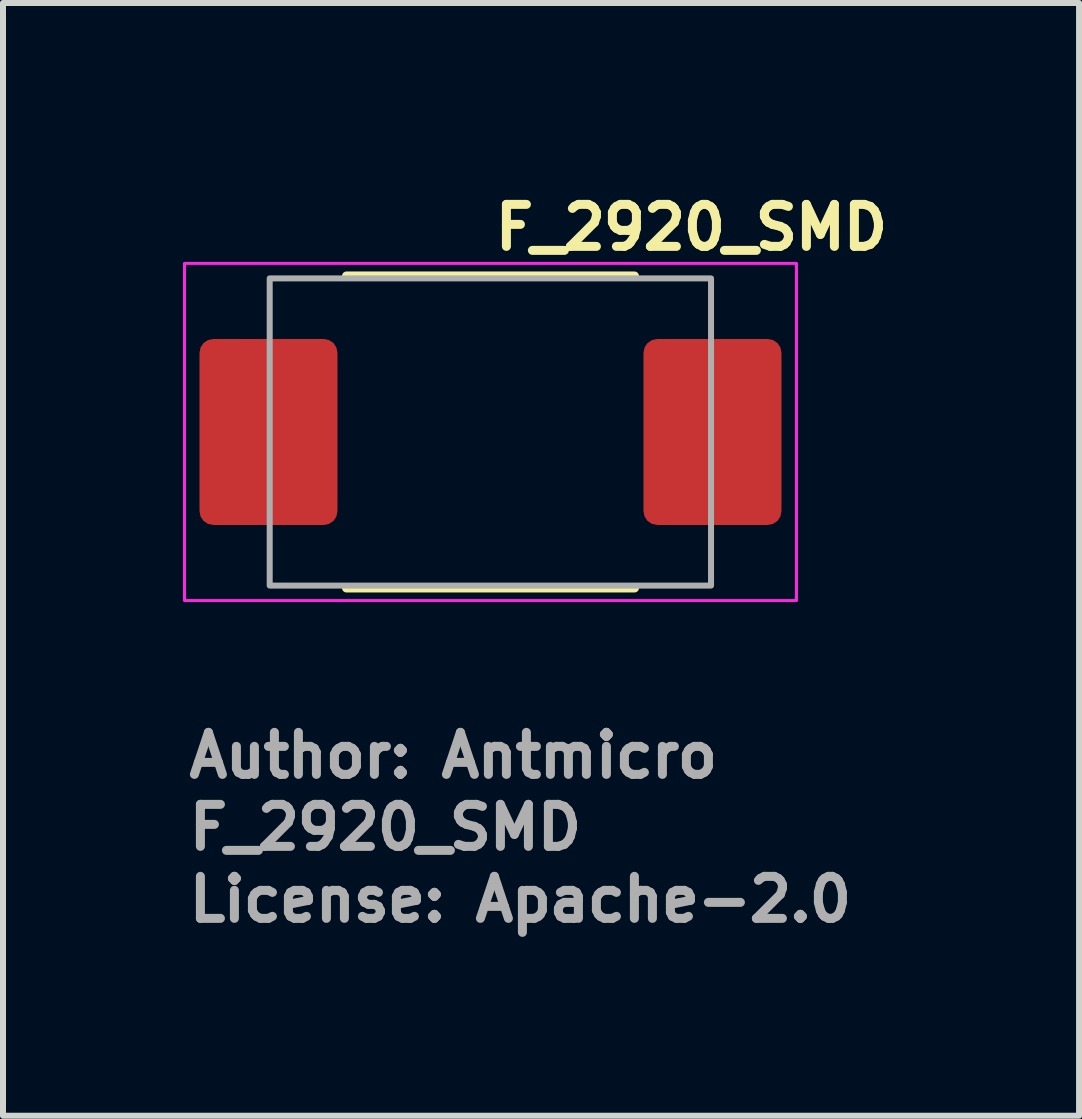
<source format=kicad_pcb>
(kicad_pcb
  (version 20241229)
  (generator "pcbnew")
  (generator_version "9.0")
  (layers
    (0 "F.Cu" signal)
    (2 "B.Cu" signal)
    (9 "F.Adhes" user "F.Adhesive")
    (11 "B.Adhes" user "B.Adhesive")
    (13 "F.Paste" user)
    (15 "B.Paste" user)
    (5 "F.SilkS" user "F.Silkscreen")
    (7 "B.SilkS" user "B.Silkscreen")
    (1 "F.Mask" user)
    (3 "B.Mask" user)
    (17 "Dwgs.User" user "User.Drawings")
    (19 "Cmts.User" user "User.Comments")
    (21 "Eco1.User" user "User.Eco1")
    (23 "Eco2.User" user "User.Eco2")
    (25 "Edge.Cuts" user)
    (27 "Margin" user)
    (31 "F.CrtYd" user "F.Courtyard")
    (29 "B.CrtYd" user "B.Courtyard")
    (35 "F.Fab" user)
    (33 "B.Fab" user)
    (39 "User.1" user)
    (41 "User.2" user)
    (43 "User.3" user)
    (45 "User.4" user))
  (footprint "F_2920_SMD"
    (layer "F.Cu")
    (at 5.125 4.15)
    (property "Reference" "F_2920_SMD" (at 0 -3 0) (layer "F.SilkS") (effects (font (size 0.7 0.7) (thickness 0.15)) (justify left bottom)))
    (attr smd)
    (fp_line (start -2.4 -2.6) (end 2.4 -2.6) (stroke (width 0.15) (type solid)) (layer "F.SilkS"))
    (fp_line (start -2.4 2.6) (end 2.4 2.6) (stroke (width 0.15) (type solid)) (layer "F.SilkS"))
    (fp_rect (start -5.1 -2.81) (end 5.1 2.81) (stroke (width 0.05) (type solid)) (fill no) (layer "F.CrtYd"))
    (fp_rect (start -3.68 -2.56) (end 3.676 2.56) (stroke (width 0.1) (type solid)) (fill no) (layer "F.Fab"))
    (fp_rect (start -3.678 -2.56) (end 3.678 2.56) (stroke (width 0.1) (type solid)) (fill no) (layer "User.5"))
    (fp_line (start -3.678 -2.46) (end -3.678 2.46) (stroke (width 0.02) (type solid)) (layer "User.9"))
    (fp_line (start -3.678 2.46) (end -3.674 2.46) (stroke (width 0.02) (type solid)) (layer "User.9"))
    (fp_line (start -3.674 -2.486) (end -3.678 -2.46) (stroke (width 0.02) (type solid)) (layer "User.9"))
    (fp_line (start -3.674 -2.46) (end -3.678 -2.46) (stroke (width 0.02) (type solid)) (layer "User.9"))
    (fp_line (start -3.674 2.46) (end -3.665 2.46) (stroke (width 0.02) (type solid)) (layer "User.9"))
    (fp_line (start -3.674 2.486) (end -3.678 2.46) (stroke (width 0.02) (type solid)) (layer "User.9"))
    (fp_line (start -3.665 -2.46) (end -3.674 -2.46) (stroke (width 0.02) (type solid)) (layer "User.9"))
    (fp_line (start -3.665 2.46) (end -3.649 2.46) (stroke (width 0.02) (type solid)) (layer "User.9"))
    (fp_line (start -3.664 -2.51) (end -3.674 -2.486) (stroke (width 0.02) (type solid)) (layer "User.9"))
    (fp_line (start -3.664 2.51) (end -3.674 2.486) (stroke (width 0.02) (type solid)) (layer "User.9"))
    (fp_line (start -3.649 -2.46) (end -3.665 -2.46) (stroke (width 0.02) (type solid)) (layer "User.9"))
    (fp_line (start -3.649 2.46) (end -3.628 2.46) (stroke (width 0.02) (type solid)) (layer "User.9"))
    (fp_line (start -3.648 -2.531) (end -3.664 -2.51) (stroke (width 0.02) (type solid)) (layer "User.9"))
    (fp_line (start -3.648 2.531) (end -3.664 2.51) (stroke (width 0.02) (type solid)) (layer "User.9"))
    (fp_line (start -3.628 -2.547) (end -3.648 -2.531) (stroke (width 0.02) (type solid)) (layer "User.9"))
    (fp_line (start -3.628 -2.46) (end -3.649 -2.46) (stroke (width 0.02) (type solid)) (layer "User.9"))
    (fp_line (start -3.628 2.46) (end -3.601 2.46) (stroke (width 0.02) (type solid)) (layer "User.9"))
    (fp_line (start -3.628 2.547) (end -3.648 2.531) (stroke (width 0.02) (type solid)) (layer "User.9"))
    (fp_line (start -3.603 -2.557) (end -3.628 -2.547) (stroke (width 0.02) (type solid)) (layer "User.9"))
    (fp_line (start -3.603 2.557) (end -3.628 2.547) (stroke (width 0.02) (type solid)) (layer "User.9"))
    (fp_line (start -3.601 -2.46) (end -3.628 -2.46) (stroke (width 0.02) (type solid)) (layer "User.9"))
    (fp_line (start -3.601 2.46) (end -3.568 2.46) (stroke (width 0.02) (type solid)) (layer "User.9"))
    (fp_line (start -3.578 -2.56) (end -3.603 -2.557) (stroke (width 0.02) (type solid)) (layer "User.9"))
    (fp_line (start -3.578 -2.56) (end -3.577 -2.56) (stroke (width 0.02) (type solid)) (layer "User.9"))
    (fp_line (start -3.578 2.56) (end -3.603 2.557) (stroke (width 0.02) (type solid)) (layer "User.9"))
    (fp_line (start -3.578 2.56) (end -3.576 2.56) (stroke (width 0.02) (type solid)) (layer "User.9"))
    (fp_line (start -3.577 -2.56) (end -3.572 -2.56) (stroke (width 0.02) (type solid)) (layer "User.9"))
    (fp_line (start -3.576 2.56) (end -3.571 2.56) (stroke (width 0.02) (type solid)) (layer "User.9"))
    (fp_line (start -3.572 -2.56) (end -3.577 -2.56) (stroke (width 0.02) (type solid)) (layer "User.9"))
    (fp_line (start -3.572 -2.56) (end -3.565 -2.56) (stroke (width 0.02) (type solid)) (layer "User.9"))
    (fp_line (start -3.571 2.56) (end -3.562 2.56) (stroke (width 0.02) (type solid)) (layer "User.9"))
    (fp_line (start -3.568 -2.46) (end -3.601 -2.46) (stroke (width 0.02) (type solid)) (layer "User.9"))
    (fp_line (start -3.568 2.46) (end -3.531 2.46) (stroke (width 0.02) (type solid)) (layer "User.9"))
    (fp_line (start -3.565 -2.56) (end -3.555 -2.56) (stroke (width 0.02) (type solid)) (layer "User.9"))
    (fp_line (start -3.562 2.56) (end -3.549 2.56) (stroke (width 0.02) (type solid)) (layer "User.9"))
    (fp_line (start -3.555 -2.56) (end -3.543 -2.56) (stroke (width 0.02) (type solid)) (layer "User.9"))
    (fp_line (start -3.549 2.56) (end -3.533 2.56) (stroke (width 0.02) (type solid)) (layer "User.9"))
    (fp_line (start -3.543 -2.56) (end -3.527 -2.56) (stroke (width 0.02) (type solid)) (layer "User.9"))
    (fp_line (start -3.533 2.56) (end -3.512 2.56) (stroke (width 0.02) (type solid)) (layer "User.9"))
    (fp_line (start -3.531 -2.46) (end -3.568 -2.46) (stroke (width 0.02) (type solid)) (layer "User.9"))
    (fp_line (start -3.531 2.46) (end -3.489 2.46) (stroke (width 0.02) (type solid)) (layer "User.9"))
    (fp_line (start -3.527 -2.56) (end -3.508 -2.56) (stroke (width 0.02) (type solid)) (layer "User.9"))
    (fp_line (start -3.512 2.56) (end -3.488 2.56) (stroke (width 0.02) (type solid)) (layer "User.9"))
    (fp_line (start -3.508 -2.56) (end -3.487 -2.56) (stroke (width 0.02) (type solid)) (layer "User.9"))
    (fp_line (start -3.489 -2.46) (end -3.531 -2.46) (stroke (width 0.02) (type solid)) (layer "User.9"))
    (fp_line (start -3.489 2.46) (end -3.444 2.46) (stroke (width 0.02) (type solid)) (layer "User.9"))
    (fp_line (start -3.488 2.56) (end -3.46 2.56) (stroke (width 0.02) (type solid)) (layer "User.9"))
    (fp_line (start -3.487 -2.56) (end -3.463 -2.56) (stroke (width 0.02) (type solid)) (layer "User.9"))
    (fp_line (start -3.463 -2.56) (end -3.437 -2.56) (stroke (width 0.02) (type solid)) (layer "User.9"))
    (fp_line (start -3.46 2.56) (end -3.43 2.56) (stroke (width 0.02) (type solid)) (layer "User.9"))
    (fp_line (start -3.444 -2.46) (end -3.489 -2.46) (stroke (width 0.02) (type solid)) (layer "User.9"))
    (fp_line (start -3.444 2.46) (end -3.394 2.46) (stroke (width 0.02) (type solid)) (layer "User.9"))
    (fp_line (start -3.437 -2.56) (end -3.408 -2.56) (stroke (width 0.02) (type solid)) (layer "User.9"))
    (fp_line (start -3.43 2.56) (end -3.396 2.56) (stroke (width 0.02) (type solid)) (layer "User.9"))
    (fp_line (start -3.408 -2.56) (end -3.377 -2.56) (stroke (width 0.02) (type solid)) (layer "User.9"))
    (fp_line (start -3.396 2.56) (end -3.325 2.56) (stroke (width 0.02) (type solid)) (layer "User.9"))
    (fp_line (start -3.394 -2.46) (end -3.444 -2.46) (stroke (width 0.02) (type solid)) (layer "User.9"))
    (fp_line (start -3.394 2.46) (end -3.343 2.46) (stroke (width 0.02) (type solid)) (layer "User.9"))
    (fp_line (start -3.377 -2.56) (end -3.311 -2.56) (stroke (width 0.02) (type solid)) (layer "User.9"))
    (fp_line (start -3.343 -2.46) (end -3.394 -2.46) (stroke (width 0.02) (type solid)) (layer "User.9"))
    (fp_line (start -3.343 2.46) (end -3.289 2.46) (stroke (width 0.02) (type solid)) (layer "User.9"))
    (fp_line (start -3.325 2.56) (end -3.178 2.56) (stroke (width 0.02) (type solid)) (layer "User.9"))
    (fp_line (start -3.311 -2.56) (end -3.246 -2.56) (stroke (width 0.02) (type solid)) (layer "User.9"))
    (fp_line (start -3.289 -2.46) (end -3.343 -2.46) (stroke (width 0.02) (type solid)) (layer "User.9"))
    (fp_line (start -3.289 2.46) (end -3.233 2.46) (stroke (width 0.02) (type solid)) (layer "User.9"))
    (fp_line (start -3.246 -2.56) (end -3.178 -2.56) (stroke (width 0.02) (type solid)) (layer "User.9"))
    (fp_line (start -3.233 -2.46) (end -3.289 -2.46) (stroke (width 0.02) (type solid)) (layer "User.9"))
    (fp_line (start -3.233 2.46) (end -3.178 2.46) (stroke (width 0.02) (type solid)) (layer "User.9"))
    (fp_line (start -3.178 -2.56) (end -3.578 -2.56) (stroke (width 0.02) (type solid)) (layer "User.9"))
    (fp_line (start -3.178 -2.56) (end -3.178 -2.559) (stroke (width 0.02) (type solid)) (layer "User.9"))
    (fp_line (start -3.178 -2.559) (end -3.178 -2.557) (stroke (width 0.02) (type solid)) (layer "User.9"))
    (fp_line (start -3.178 -2.557) (end -3.178 -2.554) (stroke (width 0.02) (type solid)) (layer "User.9"))
    (fp_line (start -3.178 -2.554) (end -3.178 -2.55) (stroke (width 0.02) (type solid)) (layer "User.9"))
    (fp_line (start -3.178 -2.55) (end -3.178 -2.545) (stroke (width 0.02) (type solid)) (layer "User.9"))
    (fp_line (start -3.178 -2.545) (end -3.178 -2.538) (stroke (width 0.02) (type solid)) (layer "User.9"))
    (fp_line (start -3.178 -2.538) (end -3.178 -2.531) (stroke (width 0.02) (type solid)) (layer "User.9"))
    (fp_line (start -3.178 -2.531) (end -3.178 -2.522) (stroke (width 0.02) (type solid)) (layer "User.9"))
    (fp_line (start -3.178 -2.522) (end -3.178 -2.513) (stroke (width 0.02) (type solid)) (layer "User.9"))
    (fp_line (start -3.178 -2.513) (end -3.178 -2.503) (stroke (width 0.02) (type solid)) (layer "User.9"))
    (fp_line (start -3.178 -2.503) (end -3.178 -2.493) (stroke (width 0.02) (type solid)) (layer "User.9"))
    (fp_line (start -3.178 -2.493) (end -3.178 -2.482) (stroke (width 0.02) (type solid)) (layer "User.9"))
    (fp_line (start -3.178 -2.482) (end -3.178 -2.471) (stroke (width 0.02) (type solid)) (layer "User.9"))
    (fp_line (start -3.178 -2.471) (end -3.178 -2.46) (stroke (width 0.02) (type solid)) (layer "User.9"))
    (fp_line (start -3.178 -2.46) (end -3.233 -2.46) (stroke (width 0.02) (type solid)) (layer "User.9"))
    (fp_line (start -3.178 -2.46) (end 3.578 -2.46) (stroke (width 0.02) (type solid)) (layer "User.9"))
    (fp_line (start -3.178 2.46) (end -3.178 -2.46) (stroke (width 0.02) (type solid)) (layer "User.9"))
    (fp_line (start -3.178 2.46) (end -3.178 2.471) (stroke (width 0.02) (type solid)) (layer "User.9"))
    (fp_line (start -3.178 2.471) (end -3.178 2.482) (stroke (width 0.02) (type solid)) (layer "User.9"))
    (fp_line (start -3.178 2.482) (end -3.178 2.493) (stroke (width 0.02) (type solid)) (layer "User.9"))
    (fp_line (start -3.178 2.493) (end -3.178 2.503) (stroke (width 0.02) (type solid)) (layer "User.9"))
    (fp_line (start -3.178 2.503) (end -3.178 2.513) (stroke (width 0.02) (type solid)) (layer "User.9"))
    (fp_line (start -3.178 2.513) (end -3.178 2.522) (stroke (width 0.02) (type solid)) (layer "User.9"))
    (fp_line (start -3.178 2.522) (end -3.178 2.531) (stroke (width 0.02) (type solid)) (layer "User.9"))
    (fp_line (start -3.178 2.531) (end -3.178 2.538) (stroke (width 0.02) (type solid)) (layer "User.9"))
    (fp_line (start -3.178 2.538) (end -3.178 2.545) (stroke (width 0.02) (type solid)) (layer "User.9"))
    (fp_line (start -3.178 2.545) (end -3.178 2.55) (stroke (width 0.02) (type solid)) (layer "User.9"))
    (fp_line (start -3.178 2.55) (end -3.178 2.554) (stroke (width 0.02) (type solid)) (layer "User.9"))
    (fp_line (start -3.178 2.554) (end -3.178 2.557) (stroke (width 0.02) (type solid)) (layer "User.9"))
    (fp_line (start -3.178 2.557) (end -3.178 2.559) (stroke (width 0.02) (type solid)) (layer "User.9"))
    (fp_line (start -3.178 2.559) (end -3.178 2.56) (stroke (width 0.02) (type solid)) (layer "User.9"))
    (fp_line (start -3.178 2.56) (end 3.578 2.56) (stroke (width 0.02) (type solid)) (layer "User.9"))
    (fp_line (start 3.578 -2.56) (end -3.178 -2.56) (stroke (width 0.02) (type solid)) (layer "User.9"))
    (fp_line (start 3.578 -2.56) (end 3.678 -2.56) (stroke (width 0.02) (type solid)) (layer "User.9"))
    (fp_line (start 3.578 -2.559) (end 3.578 -2.56) (stroke (width 0.02) (type solid)) (layer "User.9"))
    (fp_line (start 3.578 -2.557) (end 3.578 -2.559) (stroke (width 0.02) (type solid)) (layer "User.9"))
    (fp_line (start 3.578 -2.554) (end 3.578 -2.557) (stroke (width 0.02) (type solid)) (layer "User.9"))
    (fp_line (start 3.578 -2.55) (end 3.578 -2.554) (stroke (width 0.02) (type solid)) (layer "User.9"))
    (fp_line (start 3.578 -2.545) (end 3.578 -2.55) (stroke (width 0.02) (type solid)) (layer "User.9"))
    (fp_line (start 3.578 -2.538) (end 3.578 -2.545) (stroke (width 0.02) (type solid)) (layer "User.9"))
    (fp_line (start 3.578 -2.531) (end 3.578 -2.538) (stroke (width 0.02) (type solid)) (layer "User.9"))
    (fp_line (start 3.578 -2.522) (end 3.578 -2.531) (stroke (width 0.02) (type solid)) (layer "User.9"))
    (fp_line (start 3.578 -2.513) (end 3.578 -2.522) (stroke (width 0.02) (type solid)) (layer "User.9"))
    (fp_line (start 3.578 -2.503) (end 3.578 -2.513) (stroke (width 0.02) (type solid)) (layer "User.9"))
    (fp_line (start 3.578 -2.493) (end 3.578 -2.503) (stroke (width 0.02) (type solid)) (layer "User.9"))
    (fp_line (start 3.578 -2.482) (end 3.578 -2.493) (stroke (width 0.02) (type solid)) (layer "User.9"))
    (fp_line (start 3.578 -2.471) (end 3.578 -2.482) (stroke (width 0.02) (type solid)) (layer "User.9"))
    (fp_line (start 3.578 -2.46) (end 3.578 -2.471) (stroke (width 0.02) (type solid)) (layer "User.9"))
    (fp_line (start 3.578 -2.46) (end 3.578 2.46) (stroke (width 0.02) (type solid)) (layer "User.9"))
    (fp_line (start 3.578 2.46) (end -3.178 2.46) (stroke (width 0.02) (type solid)) (layer "User.9"))
    (fp_line (start 3.578 2.46) (end 3.581 2.46) (stroke (width 0.02) (type solid)) (layer "User.9"))
    (fp_line (start 3.578 2.471) (end 3.578 2.46) (stroke (width 0.02) (type solid)) (layer "User.9"))
    (fp_line (start 3.578 2.482) (end 3.578 2.471) (stroke (width 0.02) (type solid)) (layer "User.9"))
    (fp_line (start 3.578 2.493) (end 3.578 2.482) (stroke (width 0.02) (type solid)) (layer "User.9"))
    (fp_line (start 3.578 2.503) (end 3.578 2.493) (stroke (width 0.02) (type solid)) (layer "User.9"))
    (fp_line (start 3.578 2.513) (end 3.578 2.503) (stroke (width 0.02) (type solid)) (layer "User.9"))
    (fp_line (start 3.578 2.522) (end 3.578 2.513) (stroke (width 0.02) (type solid)) (layer "User.9"))
    (fp_line (start 3.578 2.531) (end 3.578 2.522) (stroke (width 0.02) (type solid)) (layer "User.9"))
    (fp_line (start 3.578 2.538) (end 3.578 2.531) (stroke (width 0.02) (type solid)) (layer "User.9"))
    (fp_line (start 3.578 2.545) (end 3.578 2.538) (stroke (width 0.02) (type solid)) (layer "User.9"))
    (fp_line (start 3.578 2.55) (end 3.578 2.545) (stroke (width 0.02) (type solid)) (layer "User.9"))
    (fp_line (start 3.578 2.554) (end 3.578 2.55) (stroke (width 0.02) (type solid)) (layer "User.9"))
    (fp_line (start 3.578 2.557) (end 3.578 2.554) (stroke (width 0.02) (type solid)) (layer "User.9"))
    (fp_line (start 3.578 2.559) (end 3.578 2.557) (stroke (width 0.02) (type solid)) (layer "User.9"))
    (fp_line (start 3.578 2.56) (end 3.578 2.559) (stroke (width 0.02) (type solid)) (layer "User.9"))
    (fp_line (start 3.578 2.56) (end 3.6 2.557) (stroke (width 0.02) (type solid)) (layer "User.9"))
    (fp_line (start 3.581 -2.46) (end 3.578 -2.46) (stroke (width 0.02) (type solid)) (layer "User.9"))
    (fp_line (start 3.581 2.46) (end 3.584 2.46) (stroke (width 0.02) (type solid)) (layer "User.9"))
    (fp_line (start 3.584 -2.46) (end 3.581 -2.46) (stroke (width 0.02) (type solid)) (layer "User.9"))
    (fp_line (start 3.584 2.46) (end 3.587 2.46) (stroke (width 0.02) (type solid)) (layer "User.9"))
    (fp_line (start 3.587 -2.46) (end 3.584 -2.46) (stroke (width 0.02) (type solid)) (layer "User.9"))
    (fp_line (start 3.587 2.46) (end 3.591 2.46) (stroke (width 0.02) (type solid)) (layer "User.9"))
    (fp_line (start 3.591 -2.46) (end 3.587 -2.46) (stroke (width 0.02) (type solid)) (layer "User.9"))
    (fp_line (start 3.591 2.46) (end 3.594 2.46) (stroke (width 0.02) (type solid)) (layer "User.9"))
    (fp_line (start 3.594 -2.46) (end 3.591 -2.46) (stroke (width 0.02) (type solid)) (layer "User.9"))
    (fp_line (start 3.594 2.46) (end 3.597 2.46) (stroke (width 0.02) (type solid)) (layer "User.9"))
    (fp_line (start 3.597 -2.46) (end 3.594 -2.46) (stroke (width 0.02) (type solid)) (layer "User.9"))
    (fp_line (start 3.597 2.46) (end 3.6 2.46) (stroke (width 0.02) (type solid)) (layer "User.9"))
    (fp_line (start 3.6 -2.557) (end 3.578 -2.56) (stroke (width 0.02) (type solid)) (layer "User.9"))
    (fp_line (start 3.6 -2.46) (end 3.597 -2.46) (stroke (width 0.02) (type solid)) (layer "User.9"))
    (fp_line (start 3.6 2.46) (end 3.604 2.46) (stroke (width 0.02) (type solid)) (layer "User.9"))
    (fp_line (start 3.6 2.557) (end 3.622 2.549) (stroke (width 0.02) (type solid)) (layer "User.9"))
    (fp_line (start 3.604 -2.46) (end 3.6 -2.46) (stroke (width 0.02) (type solid)) (layer "User.9"))
    (fp_line (start 3.604 2.46) (end 3.607 2.46) (stroke (width 0.02) (type solid)) (layer "User.9"))
    (fp_line (start 3.607 -2.46) (end 3.604 -2.46) (stroke (width 0.02) (type solid)) (layer "User.9"))
    (fp_line (start 3.607 2.46) (end 3.61 2.46) (stroke (width 0.02) (type solid)) (layer "User.9"))
    (fp_line (start 3.61 -2.46) (end 3.607 -2.46) (stroke (width 0.02) (type solid)) (layer "User.9"))
    (fp_line (start 3.61 2.46) (end 3.613 2.46) (stroke (width 0.02) (type solid)) (layer "User.9"))
    (fp_line (start 3.613 -2.46) (end 3.61 -2.46) (stroke (width 0.02) (type solid)) (layer "User.9"))
    (fp_line (start 3.613 2.46) (end 3.616 2.46) (stroke (width 0.02) (type solid)) (layer "User.9"))
    (fp_line (start 3.616 -2.46) (end 3.613 -2.46) (stroke (width 0.02) (type solid)) (layer "User.9"))
    (fp_line (start 3.616 2.46) (end 3.619 2.46) (stroke (width 0.02) (type solid)) (layer "User.9"))
    (fp_line (start 3.619 -2.46) (end 3.616 -2.46) (stroke (width 0.02) (type solid)) (layer "User.9"))
    (fp_line (start 3.619 2.46) (end 3.622 2.46) (stroke (width 0.02) (type solid)) (layer "User.9"))
    (fp_line (start 3.622 -2.549) (end 3.6 -2.557) (stroke (width 0.02) (type solid)) (layer "User.9"))
    (fp_line (start 3.622 -2.46) (end 3.619 -2.46) (stroke (width 0.02) (type solid)) (layer "User.9"))
    (fp_line (start 3.622 2.46) (end 3.629 2.46) (stroke (width 0.02) (type solid)) (layer "User.9"))
    (fp_line (start 3.622 2.549) (end 3.645 2.534) (stroke (width 0.02) (type solid)) (layer "User.9"))
    (fp_line (start 3.628 -2.545) (end 3.622 -2.549) (stroke (width 0.02) (type solid)) (layer "User.9"))
    (fp_line (start 3.628 2.545) (end 3.622 2.549) (stroke (width 0.02) (type solid)) (layer "User.9"))
    (fp_line (start 3.629 -2.46) (end 3.622 -2.46) (stroke (width 0.02) (type solid)) (layer "User.9"))
    (fp_line (start 3.629 2.46) (end 3.636 2.46) (stroke (width 0.02) (type solid)) (layer "User.9"))
    (fp_line (start 3.632 -2.538) (end 3.628 -2.545) (stroke (width 0.02) (type solid)) (layer "User.9"))
    (fp_line (start 3.632 -2.491) (end 3.622 -2.46) (stroke (width 0.02) (type solid)) (layer "User.9"))
    (fp_line (start 3.632 2.491) (end 3.622 2.46) (stroke (width 0.02) (type solid)) (layer "User.9"))
    (fp_line (start 3.632 2.538) (end 3.628 2.545) (stroke (width 0.02) (type solid)) (layer "User.9"))
    (fp_line (start 3.635 -2.518) (end 3.632 -2.538) (stroke (width 0.02) (type solid)) (layer "User.9"))
    (fp_line (start 3.635 -2.518) (end 3.632 -2.491) (stroke (width 0.02) (type solid)) (layer "User.9"))
    (fp_line (start 3.635 2.518) (end 3.632 2.491) (stroke (width 0.02) (type solid)) (layer "User.9"))
    (fp_line (start 3.635 2.518) (end 3.632 2.538) (stroke (width 0.02) (type solid)) (layer "User.9"))
    (fp_line (start 3.636 -2.46) (end 3.629 -2.46) (stroke (width 0.02) (type solid)) (layer "User.9"))
    (fp_line (start 3.636 2.46) (end 3.642 2.46) (stroke (width 0.02) (type solid)) (layer "User.9"))
    (fp_line (start 3.642 -2.46) (end 3.636 -2.46) (stroke (width 0.02) (type solid)) (layer "User.9"))
    (fp_line (start 3.642 2.46) (end 3.648 2.46) (stroke (width 0.02) (type solid)) (layer "User.9"))
    (fp_line (start 3.645 -2.534) (end 3.622 -2.549) (stroke (width 0.02) (type solid)) (layer "User.9"))
    (fp_line (start 3.645 2.534) (end 3.663 2.513) (stroke (width 0.02) (type solid)) (layer "User.9"))
    (fp_line (start 3.648 -2.46) (end 3.642 -2.46) (stroke (width 0.02) (type solid)) (layer "User.9"))
    (fp_line (start 3.648 2.46) (end 3.653 2.46) (stroke (width 0.02) (type solid)) (layer "User.9"))
    (fp_line (start 3.653 -2.46) (end 3.648 -2.46) (stroke (width 0.02) (type solid)) (layer "User.9"))
    (fp_line (start 3.653 2.46) (end 3.658 2.46) (stroke (width 0.02) (type solid)) (layer "User.9"))
    (fp_line (start 3.658 -2.46) (end 3.653 -2.46) (stroke (width 0.02) (type solid)) (layer "User.9"))
    (fp_line (start 3.658 2.46) (end 3.663 2.46) (stroke (width 0.02) (type solid)) (layer "User.9"))
    (fp_line (start 3.663 -2.513) (end 3.645 -2.534) (stroke (width 0.02) (type solid)) (layer "User.9"))
    (fp_line (start 3.663 -2.46) (end 3.658 -2.46) (stroke (width 0.02) (type solid)) (layer "User.9"))
    (fp_line (start 3.663 2.46) (end 3.666 2.46) (stroke (width 0.02) (type solid)) (layer "User.9"))
    (fp_line (start 3.663 2.513) (end 3.674 2.487) (stroke (width 0.02) (type solid)) (layer "User.9"))
    (fp_line (start 3.666 -2.46) (end 3.663 -2.46) (stroke (width 0.02) (type solid)) (layer "User.9"))
    (fp_line (start 3.666 2.46) (end 3.67 2.46) (stroke (width 0.02) (type solid)) (layer "User.9"))
    (fp_line (start 3.67 -2.46) (end 3.666 -2.46) (stroke (width 0.02) (type solid)) (layer "User.9"))
    (fp_line (start 3.67 2.46) (end 3.673 2.46) (stroke (width 0.02) (type solid)) (layer "User.9"))
    (fp_line (start 3.673 -2.46) (end 3.67 -2.46) (stroke (width 0.02) (type solid)) (layer "User.9"))
    (fp_line (start 3.673 2.46) (end 3.675 2.46) (stroke (width 0.02) (type solid)) (layer "User.9"))
    (fp_line (start 3.674 -2.487) (end 3.663 -2.513) (stroke (width 0.02) (type solid)) (layer "User.9"))
    (fp_line (start 3.674 2.487) (end 3.678 2.46) (stroke (width 0.02) (type solid)) (layer "User.9"))
    (fp_line (start 3.675 -2.46) (end 3.673 -2.46) (stroke (width 0.02) (type solid)) (layer "User.9"))
    (fp_line (start 3.675 2.46) (end 3.676 2.46) (stroke (width 0.02) (type solid)) (layer "User.9"))
    (fp_line (start 3.676 -2.46) (end 3.675 -2.46) (stroke (width 0.02) (type solid)) (layer "User.9"))
    (fp_line (start 3.676 2.46) (end 3.677 2.46) (stroke (width 0.02) (type solid)) (layer "User.9"))
    (fp_line (start 3.677 -2.46) (end 3.676 -2.46) (stroke (width 0.02) (type solid)) (layer "User.9"))
    (fp_line (start 3.677 2.46) (end 3.678 2.46) (stroke (width 0.02) (type solid)) (layer "User.9"))
    (fp_line (start 3.678 -2.56) (end 3.678 -2.46) (stroke (width 0.02) (type solid)) (layer "User.9"))
    (fp_line (start 3.678 -2.46) (end 3.674 -2.487) (stroke (width 0.02) (type solid)) (layer "User.9"))
    (fp_line (start 3.678 -2.46) (end 3.677 -2.46) (stroke (width 0.02) (type solid)) (layer "User.9"))
    (fp_line (start 3.678 2.46) (end 3.678 -2.46) (stroke (width 0.02) (type solid)) (layer "User.9"))
    (fp_line (start 3.678 2.46) (end 3.678 2.56) (stroke (width 0.02) (type solid)) (layer "User.9"))
    (fp_line (start 3.678 2.56) (end 3.578 2.56) (stroke (width 0.02) (type solid)) (layer "User.9"))
    (fp_text user "${REFERENCE}" (at -5.1 7 0) (layer "F.Fab") (effects (font (size 0.7 0.7) (thickness 0.15)) (justify left bottom)))
    (fp_text user "License: Apache-2.0" (at -5.1 8.2 0) (layer "F.Fab") (effects (font (size 0.7 0.7) (thickness 0.15)) (justify left bottom)))
    (fp_text user "Author: Antmicro" (at -5.1 5.8 0) (layer "F.Fab") (effects (font (size 0.7 0.7) (thickness 0.15)) (justify left bottom)))
    (pad "1" smd roundrect (at -3.7 0) (size 2.3 3.1) (layers "F.Cu" "F.Mask" "F.Paste") (roundrect_rratio 0.1))
    (pad "2" smd roundrect (at 3.7 0) (size 2.3 3.1) (layers "F.Cu" "F.Mask" "F.Paste") (roundrect_rratio 0.1)))
  (gr_rect
    (start -3 -3)
    (end 14.935 15.546)
    (stroke (width 0.1) (type default))
    (fill no)
    (layer "Edge.Cuts")))
</source>
